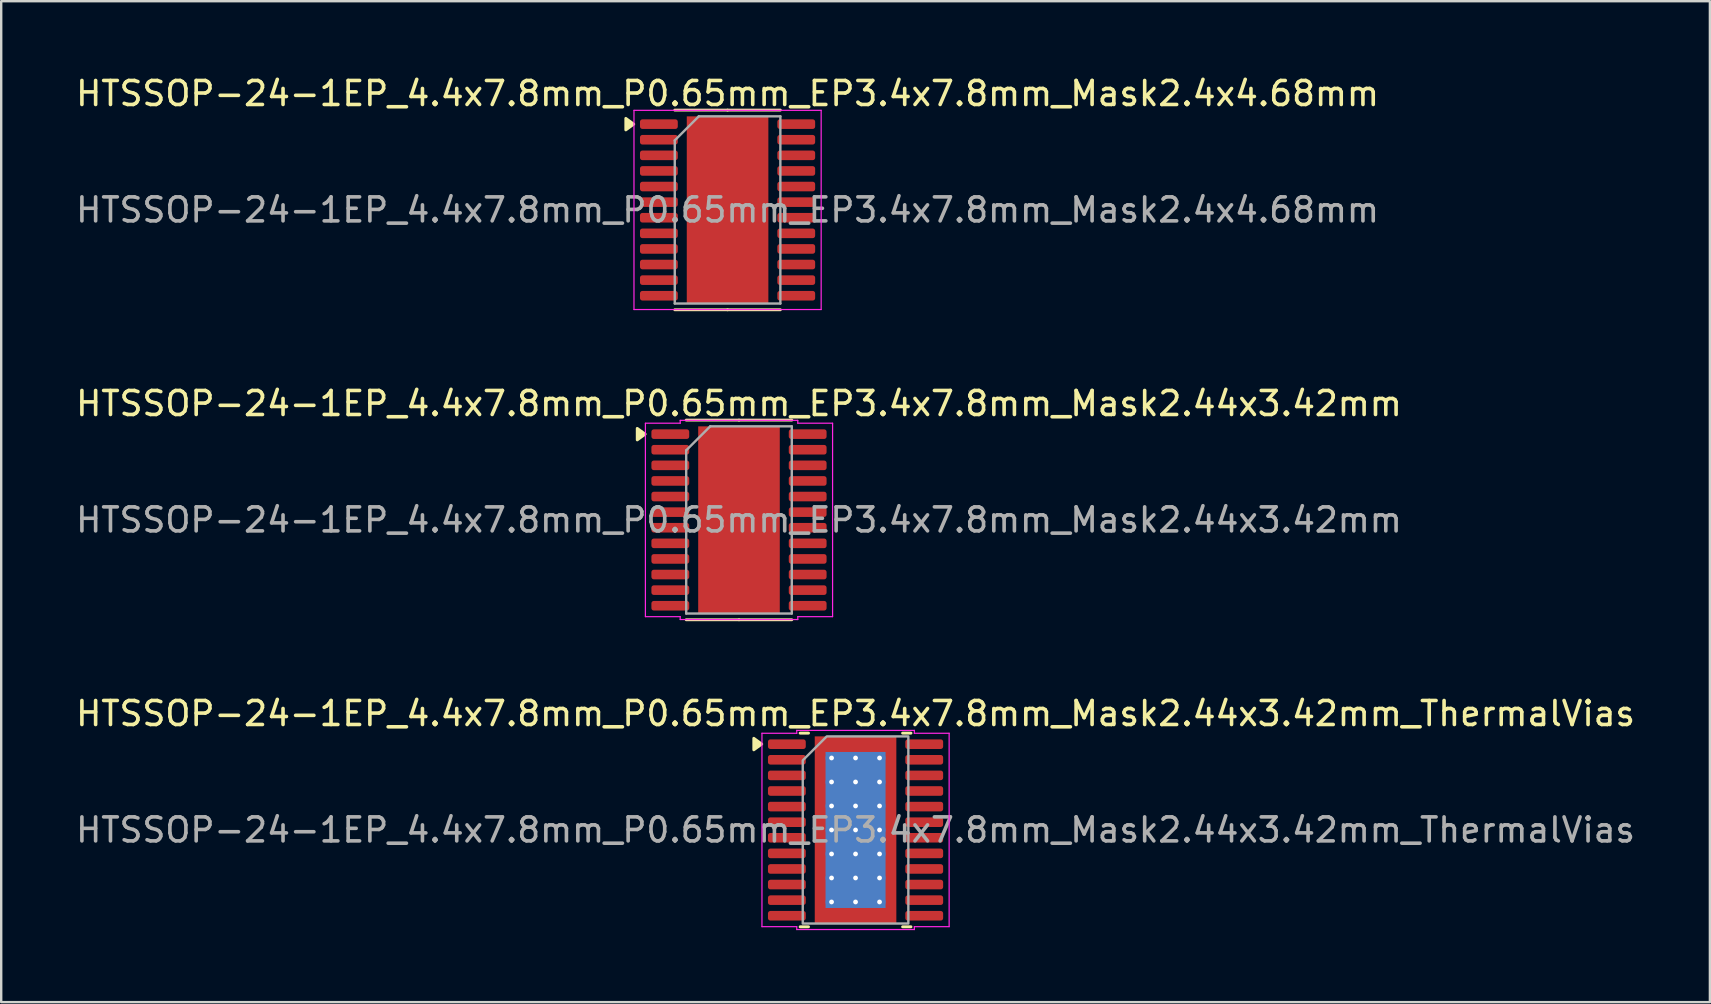
<source format=kicad_pcb>
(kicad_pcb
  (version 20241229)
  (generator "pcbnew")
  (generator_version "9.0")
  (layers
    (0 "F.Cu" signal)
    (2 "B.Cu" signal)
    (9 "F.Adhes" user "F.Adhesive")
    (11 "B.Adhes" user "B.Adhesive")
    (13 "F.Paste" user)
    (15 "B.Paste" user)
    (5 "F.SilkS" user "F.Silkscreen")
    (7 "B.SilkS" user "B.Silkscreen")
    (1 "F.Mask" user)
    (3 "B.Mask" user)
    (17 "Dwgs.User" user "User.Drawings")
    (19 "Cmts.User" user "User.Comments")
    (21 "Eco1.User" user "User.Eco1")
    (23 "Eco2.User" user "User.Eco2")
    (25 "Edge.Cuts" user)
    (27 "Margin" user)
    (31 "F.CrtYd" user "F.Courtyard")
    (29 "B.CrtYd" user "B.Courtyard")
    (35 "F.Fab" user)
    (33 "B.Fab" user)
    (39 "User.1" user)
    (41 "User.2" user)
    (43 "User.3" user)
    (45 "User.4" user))
  (footprint "HTSSOP-24-1EP_4.4x7.8mm_P0.65mm_EP3.4x7.8mm_Mask2.44x3.42mm"
    (layer "F.Cu")
    (at 27.744 18.616)
    (property "Reference" "HTSSOP-24-1EP_4.4x7.8mm_P0.65mm_EP3.4x7.8mm_Mask2.44x3.42mm" (at 0 -4.85 0) (layer "F.SilkS") (effects (font (size 1 1) (thickness 0.15))))
    (attr smd)
    (fp_line (start 0 -4.16) (end -2.2 -4.16) (stroke (width 0.12) (type solid)) (layer "F.SilkS"))
    (fp_line (start 0 -4.16) (end 2.2 -4.16) (stroke (width 0.12) (type solid)) (layer "F.SilkS"))
    (fp_line (start 0 4.16) (end -2.2 4.16) (stroke (width 0.12) (type solid)) (layer "F.SilkS"))
    (fp_line (start 0 4.16) (end 2.2 4.16) (stroke (width 0.12) (type solid)) (layer "F.SilkS"))
    (fp_poly (pts (xy -3.91 -3.575) (xy -4.24 -3.335) (xy -4.24 -3.815)) (stroke (width 0.12) (type solid)) (fill yes) (layer "F.SilkS"))
    (fp_line (start -3.9 -4.03) (end -2.45 -4.03) (stroke (width 0.05) (type solid)) (layer "F.CrtYd"))
    (fp_line (start -3.9 4.03) (end -3.9 -4.03) (stroke (width 0.05) (type solid)) (layer "F.CrtYd"))
    (fp_line (start -2.45 -4.15) (end 2.45 -4.15) (stroke (width 0.05) (type solid)) (layer "F.CrtYd"))
    (fp_line (start -2.45 -4.03) (end -2.45 -4.15) (stroke (width 0.05) (type solid)) (layer "F.CrtYd"))
    (fp_line (start -2.45 4.03) (end -3.9 4.03) (stroke (width 0.05) (type solid)) (layer "F.CrtYd"))
    (fp_line (start -2.45 4.15) (end -2.45 4.03) (stroke (width 0.05) (type solid)) (layer "F.CrtYd"))
    (fp_line (start 2.45 -4.15) (end 2.45 -4.03) (stroke (width 0.05) (type solid)) (layer "F.CrtYd"))
    (fp_line (start 2.45 -4.03) (end 3.9 -4.03) (stroke (width 0.05) (type solid)) (layer "F.CrtYd"))
    (fp_line (start 2.45 4.03) (end 2.45 4.15) (stroke (width 0.05) (type solid)) (layer "F.CrtYd"))
    (fp_line (start 2.45 4.15) (end -2.45 4.15) (stroke (width 0.05) (type solid)) (layer "F.CrtYd"))
    (fp_line (start 3.9 -4.03) (end 3.9 4.03) (stroke (width 0.05) (type solid)) (layer "F.CrtYd"))
    (fp_line (start 3.9 4.03) (end 2.45 4.03) (stroke (width 0.05) (type solid)) (layer "F.CrtYd"))
    (fp_line (start -2.2 -2.9) (end -1.2 -3.9) (stroke (width 0.1) (type solid)) (layer "F.Fab"))
    (fp_line (start -2.2 3.9) (end -2.2 -2.9) (stroke (width 0.1) (type solid)) (layer "F.Fab"))
    (fp_line (start -1.2 -3.9) (end 2.2 -3.9) (stroke (width 0.1) (type solid)) (layer "F.Fab"))
    (fp_line (start 2.2 -3.9) (end 2.2 3.9) (stroke (width 0.1) (type solid)) (layer "F.Fab"))
    (fp_line (start 2.2 3.9) (end -2.2 3.9) (stroke (width 0.1) (type solid)) (layer "F.Fab"))
    (fp_text user "${REFERENCE}" (at 0 0 0) (layer "F.Fab") (effects (font (size 1 1) (thickness 0.15))))
    (pad "" smd roundrect (at -0.61 -0.855) (size 0.98 1.38) (layers "F.Paste") (roundrect_rratio 0.25))
    (pad "" smd roundrect (at -0.61 0.855) (size 0.98 1.38) (layers "F.Paste") (roundrect_rratio 0.25))
    (pad "" smd rect (at 0 0) (size 2.44 3.42) (layers "F.Mask"))
    (pad "" smd roundrect (at 0.61 -0.855) (size 0.98 1.38) (layers "F.Paste") (roundrect_rratio 0.25))
    (pad "" smd roundrect (at 0.61 0.855) (size 0.98 1.38) (layers "F.Paste") (roundrect_rratio 0.25))
    (pad "1" smd roundrect (at -2.862 -3.575) (size 1.575 0.4) (layers "F.Cu" "F.Mask" "F.Paste") (roundrect_rratio 0.25))
    (pad "2" smd roundrect (at -2.862 -2.925) (size 1.575 0.4) (layers "F.Cu" "F.Mask" "F.Paste") (roundrect_rratio 0.25))
    (pad "3" smd roundrect (at -2.862 -2.275) (size 1.575 0.4) (layers "F.Cu" "F.Mask" "F.Paste") (roundrect_rratio 0.25))
    (pad "4" smd roundrect (at -2.862 -1.625) (size 1.575 0.4) (layers "F.Cu" "F.Mask" "F.Paste") (roundrect_rratio 0.25))
    (pad "5" smd roundrect (at -2.862 -0.975) (size 1.575 0.4) (layers "F.Cu" "F.Mask" "F.Paste") (roundrect_rratio 0.25))
    (pad "6" smd roundrect (at -2.862 -0.325) (size 1.575 0.4) (layers "F.Cu" "F.Mask" "F.Paste") (roundrect_rratio 0.25))
    (pad "7" smd roundrect (at -2.862 0.325) (size 1.575 0.4) (layers "F.Cu" "F.Mask" "F.Paste") (roundrect_rratio 0.25))
    (pad "8" smd roundrect (at -2.862 0.975) (size 1.575 0.4) (layers "F.Cu" "F.Mask" "F.Paste") (roundrect_rratio 0.25))
    (pad "9" smd roundrect (at -2.862 1.625) (size 1.575 0.4) (layers "F.Cu" "F.Mask" "F.Paste") (roundrect_rratio 0.25))
    (pad "10" smd roundrect (at -2.862 2.275) (size 1.575 0.4) (layers "F.Cu" "F.Mask" "F.Paste") (roundrect_rratio 0.25))
    (pad "11" smd roundrect (at -2.862 2.925) (size 1.575 0.4) (layers "F.Cu" "F.Mask" "F.Paste") (roundrect_rratio 0.25))
    (pad "12" smd roundrect (at -2.862 3.575) (size 1.575 0.4) (layers "F.Cu" "F.Mask" "F.Paste") (roundrect_rratio 0.25))
    (pad "13" smd roundrect (at 2.862 3.575) (size 1.575 0.4) (layers "F.Cu" "F.Mask" "F.Paste") (roundrect_rratio 0.25))
    (pad "14" smd roundrect (at 2.862 2.925) (size 1.575 0.4) (layers "F.Cu" "F.Mask" "F.Paste") (roundrect_rratio 0.25))
    (pad "15" smd roundrect (at 2.862 2.275) (size 1.575 0.4) (layers "F.Cu" "F.Mask" "F.Paste") (roundrect_rratio 0.25))
    (pad "16" smd roundrect (at 2.862 1.625) (size 1.575 0.4) (layers "F.Cu" "F.Mask" "F.Paste") (roundrect_rratio 0.25))
    (pad "17" smd roundrect (at 2.862 0.975) (size 1.575 0.4) (layers "F.Cu" "F.Mask" "F.Paste") (roundrect_rratio 0.25))
    (pad "18" smd roundrect (at 2.862 0.325) (size 1.575 0.4) (layers "F.Cu" "F.Mask" "F.Paste") (roundrect_rratio 0.25))
    (pad "19" smd roundrect (at 2.862 -0.325) (size 1.575 0.4) (layers "F.Cu" "F.Mask" "F.Paste") (roundrect_rratio 0.25))
    (pad "20" smd roundrect (at 2.862 -0.975) (size 1.575 0.4) (layers "F.Cu" "F.Mask" "F.Paste") (roundrect_rratio 0.25))
    (pad "21" smd roundrect (at 2.862 -1.625) (size 1.575 0.4) (layers "F.Cu" "F.Mask" "F.Paste") (roundrect_rratio 0.25))
    (pad "22" smd roundrect (at 2.862 -2.275) (size 1.575 0.4) (layers "F.Cu" "F.Mask" "F.Paste") (roundrect_rratio 0.25))
    (pad "23" smd roundrect (at 2.862 -2.925) (size 1.575 0.4) (layers "F.Cu" "F.Mask" "F.Paste") (roundrect_rratio 0.25))
    (pad "24" smd roundrect (at 2.862 -3.575) (size 1.575 0.4) (layers "F.Cu" "F.Mask" "F.Paste") (roundrect_rratio 0.25))
    (pad "25" smd rect (at 0 0) (size 3.4 7.8) (property pad_prop_heatsink) (layers "F.Cu")))
  (footprint "HTSSOP-24-1EP_4.4x7.8mm_P0.65mm_EP3.4x7.8mm_Mask2.44x3.42mm_ThermalVias"
    (layer "F.Cu")
    (at 32.601 31.535)
    (property "Reference" "HTSSOP-24-1EP_4.4x7.8mm_P0.65mm_EP3.4x7.8mm_Mask2.44x3.42mm_ThermalVias" (at 0 -4.85 0) (layer "F.SilkS") (effects (font (size 1 1) (thickness 0.15))))
    (attr smd)
    (fp_line (start -2.31 -4.035) (end -1.96 -4.035) (stroke (width 0.12) (type solid)) (layer "F.SilkS"))
    (fp_line (start -1.96 4.035) (end -2.31 4.035) (stroke (width 0.12) (type solid)) (layer "F.SilkS"))
    (fp_line (start 1.96 -4.035) (end 2.31 -4.035) (stroke (width 0.12) (type solid)) (layer "F.SilkS"))
    (fp_line (start 2.31 4.035) (end 1.96 4.035) (stroke (width 0.12) (type solid)) (layer "F.SilkS"))
    (fp_poly (pts (xy -3.91 -3.58) (xy -4.24 -3.34) (xy -4.24 -3.82)) (stroke (width 0.12) (type solid)) (fill yes) (layer "F.SilkS"))
    (fp_line (start -3.9 -4.03) (end -2.45 -4.03) (stroke (width 0.05) (type solid)) (layer "F.CrtYd"))
    (fp_line (start -3.9 4.03) (end -3.9 -4.03) (stroke (width 0.05) (type solid)) (layer "F.CrtYd"))
    (fp_line (start -2.45 -4.15) (end 2.45 -4.15) (stroke (width 0.05) (type solid)) (layer "F.CrtYd"))
    (fp_line (start -2.45 -4.03) (end -2.45 -4.15) (stroke (width 0.05) (type solid)) (layer "F.CrtYd"))
    (fp_line (start -2.45 4.03) (end -3.9 4.03) (stroke (width 0.05) (type solid)) (layer "F.CrtYd"))
    (fp_line (start -2.45 4.15) (end -2.45 4.03) (stroke (width 0.05) (type solid)) (layer "F.CrtYd"))
    (fp_line (start 2.45 -4.15) (end 2.45 -4.03) (stroke (width 0.05) (type solid)) (layer "F.CrtYd"))
    (fp_line (start 2.45 -4.03) (end 3.9 -4.03) (stroke (width 0.05) (type solid)) (layer "F.CrtYd"))
    (fp_line (start 2.45 4.03) (end 2.45 4.15) (stroke (width 0.05) (type solid)) (layer "F.CrtYd"))
    (fp_line (start 2.45 4.15) (end -2.45 4.15) (stroke (width 0.05) (type solid)) (layer "F.CrtYd"))
    (fp_line (start 3.9 -4.03) (end 3.9 4.03) (stroke (width 0.05) (type solid)) (layer "F.CrtYd"))
    (fp_line (start 3.9 4.03) (end 2.45 4.03) (stroke (width 0.05) (type solid)) (layer "F.CrtYd"))
    (fp_poly (pts (xy -1.2 -3.9) (xy 2.2 -3.9) (xy 2.2 3.9) (xy -2.2 3.9) (xy -2.2 -2.9)) (stroke (width 0.1) (type solid)) (fill no) (layer "F.Fab"))
    (fp_text user "${REFERENCE}" (at 0 0 0) (layer "F.Fab") (effects (font (size 1 1) (thickness 0.15))))
    (pad "" smd roundrect (at -0.61 -0.855) (size 0.98 1.38) (layers "F.Paste") (roundrect_rratio 0.25))
    (pad "" smd roundrect (at -0.61 0.855) (size 0.98 1.38) (layers "F.Paste") (roundrect_rratio 0.25))
    (pad "" smd rect (at 0 0) (size 2.44 3.42) (layers "F.Mask"))
    (pad "" smd roundrect (at 0.61 -0.855) (size 0.98 1.38) (layers "F.Paste") (roundrect_rratio 0.25))
    (pad "" smd roundrect (at 0.61 0.855) (size 0.98 1.38) (layers "F.Paste") (roundrect_rratio 0.25))
    (pad "1" smd roundrect (at -2.862 -3.575) (size 1.575 0.4) (layers "F.Cu" "F.Mask" "F.Paste") (roundrect_rratio 0.25))
    (pad "2" smd roundrect (at -2.862 -2.925) (size 1.575 0.4) (layers "F.Cu" "F.Mask" "F.Paste") (roundrect_rratio 0.25))
    (pad "3" smd roundrect (at -2.862 -2.275) (size 1.575 0.4) (layers "F.Cu" "F.Mask" "F.Paste") (roundrect_rratio 0.25))
    (pad "4" smd roundrect (at -2.862 -1.625) (size 1.575 0.4) (layers "F.Cu" "F.Mask" "F.Paste") (roundrect_rratio 0.25))
    (pad "5" smd roundrect (at -2.862 -0.975) (size 1.575 0.4) (layers "F.Cu" "F.Mask" "F.Paste") (roundrect_rratio 0.25))
    (pad "6" smd roundrect (at -2.862 -0.325) (size 1.575 0.4) (layers "F.Cu" "F.Mask" "F.Paste") (roundrect_rratio 0.25))
    (pad "7" smd roundrect (at -2.862 0.325) (size 1.575 0.4) (layers "F.Cu" "F.Mask" "F.Paste") (roundrect_rratio 0.25))
    (pad "8" smd roundrect (at -2.862 0.975) (size 1.575 0.4) (layers "F.Cu" "F.Mask" "F.Paste") (roundrect_rratio 0.25))
    (pad "9" smd roundrect (at -2.862 1.625) (size 1.575 0.4) (layers "F.Cu" "F.Mask" "F.Paste") (roundrect_rratio 0.25))
    (pad "10" smd roundrect (at -2.862 2.275) (size 1.575 0.4) (layers "F.Cu" "F.Mask" "F.Paste") (roundrect_rratio 0.25))
    (pad "11" smd roundrect (at -2.862 2.925) (size 1.575 0.4) (layers "F.Cu" "F.Mask" "F.Paste") (roundrect_rratio 0.25))
    (pad "12" smd roundrect (at -2.862 3.575) (size 1.575 0.4) (layers "F.Cu" "F.Mask" "F.Paste") (roundrect_rratio 0.25))
    (pad "13" smd roundrect (at 2.862 3.575) (size 1.575 0.4) (layers "F.Cu" "F.Mask" "F.Paste") (roundrect_rratio 0.25))
    (pad "14" smd roundrect (at 2.862 2.925) (size 1.575 0.4) (layers "F.Cu" "F.Mask" "F.Paste") (roundrect_rratio 0.25))
    (pad "15" smd roundrect (at 2.862 2.275) (size 1.575 0.4) (layers "F.Cu" "F.Mask" "F.Paste") (roundrect_rratio 0.25))
    (pad "16" smd roundrect (at 2.862 1.625) (size 1.575 0.4) (layers "F.Cu" "F.Mask" "F.Paste") (roundrect_rratio 0.25))
    (pad "17" smd roundrect (at 2.862 0.975) (size 1.575 0.4) (layers "F.Cu" "F.Mask" "F.Paste") (roundrect_rratio 0.25))
    (pad "18" smd roundrect (at 2.862 0.325) (size 1.575 0.4) (layers "F.Cu" "F.Mask" "F.Paste") (roundrect_rratio 0.25))
    (pad "19" smd roundrect (at 2.862 -0.325) (size 1.575 0.4) (layers "F.Cu" "F.Mask" "F.Paste") (roundrect_rratio 0.25))
    (pad "20" smd roundrect (at 2.862 -0.975) (size 1.575 0.4) (layers "F.Cu" "F.Mask" "F.Paste") (roundrect_rratio 0.25))
    (pad "21" smd roundrect (at 2.862 -1.625) (size 1.575 0.4) (layers "F.Cu" "F.Mask" "F.Paste") (roundrect_rratio 0.25))
    (pad "22" smd roundrect (at 2.862 -2.275) (size 1.575 0.4) (layers "F.Cu" "F.Mask" "F.Paste") (roundrect_rratio 0.25))
    (pad "23" smd roundrect (at 2.862 -2.925) (size 1.575 0.4) (layers "F.Cu" "F.Mask" "F.Paste") (roundrect_rratio 0.25))
    (pad "24" smd roundrect (at 2.862 -3.575) (size 1.575 0.4) (layers "F.Cu" "F.Mask" "F.Paste") (roundrect_rratio 0.25))
    (pad "25" thru_hole circle (at -1 -3) (size 0.5 0.5) (drill 0.2) (property pad_prop_heatsink) (layers "*.Cu"))
    (pad "25" thru_hole circle (at -1 -2) (size 0.5 0.5) (drill 0.2) (property pad_prop_heatsink) (layers "*.Cu"))
    (pad "25" thru_hole circle (at -1 -1) (size 0.5 0.5) (drill 0.2) (property pad_prop_heatsink) (layers "*.Cu"))
    (pad "25" thru_hole circle (at -1 0) (size 0.5 0.5) (drill 0.2) (property pad_prop_heatsink) (layers "*.Cu"))
    (pad "25" thru_hole circle (at -1 1) (size 0.5 0.5) (drill 0.2) (property pad_prop_heatsink) (layers "*.Cu"))
    (pad "25" thru_hole circle (at -1 2) (size 0.5 0.5) (drill 0.2) (property pad_prop_heatsink) (layers "*.Cu"))
    (pad "25" thru_hole circle (at -1 3) (size 0.5 0.5) (drill 0.2) (property pad_prop_heatsink) (layers "*.Cu"))
    (pad "25" thru_hole circle (at 0 -3) (size 0.5 0.5) (drill 0.2) (property pad_prop_heatsink) (layers "*.Cu"))
    (pad "25" thru_hole circle (at 0 -2) (size 0.5 0.5) (drill 0.2) (property pad_prop_heatsink) (layers "*.Cu"))
    (pad "25" thru_hole circle (at 0 -1) (size 0.5 0.5) (drill 0.2) (property pad_prop_heatsink) (layers "*.Cu"))
    (pad "25" thru_hole circle (at 0 0) (size 0.5 0.5) (drill 0.2) (property pad_prop_heatsink) (layers "*.Cu"))
    (pad "25" smd rect (at 0 0) (size 2.5 6.5) (property pad_prop_heatsink) (layers "B.Cu"))
    (pad "25" smd rect (at 0 0) (size 3.4 7.8) (property pad_prop_heatsink) (layers "F.Cu"))
    (pad "25" thru_hole circle (at 0 1) (size 0.5 0.5) (drill 0.2) (property pad_prop_heatsink) (layers "*.Cu"))
    (pad "25" thru_hole circle (at 0 2) (size 0.5 0.5) (drill 0.2) (property pad_prop_heatsink) (layers "*.Cu"))
    (pad "25" thru_hole circle (at 0 3) (size 0.5 0.5) (drill 0.2) (property pad_prop_heatsink) (layers "*.Cu"))
    (pad "25" thru_hole circle (at 1 -3) (size 0.5 0.5) (drill 0.2) (property pad_prop_heatsink) (layers "*.Cu"))
    (pad "25" thru_hole circle (at 1 -2) (size 0.5 0.5) (drill 0.2) (property pad_prop_heatsink) (layers "*.Cu"))
    (pad "25" thru_hole circle (at 1 -1) (size 0.5 0.5) (drill 0.2) (property pad_prop_heatsink) (layers "*.Cu"))
    (pad "25" thru_hole circle (at 1 0) (size 0.5 0.5) (drill 0.2) (property pad_prop_heatsink) (layers "*.Cu"))
    (pad "25" thru_hole circle (at 1 1) (size 0.5 0.5) (drill 0.2) (property pad_prop_heatsink) (layers "*.Cu"))
    (pad "25" thru_hole circle (at 1 2) (size 0.5 0.5) (drill 0.2) (property pad_prop_heatsink) (layers "*.Cu"))
    (pad "25" thru_hole circle (at 1 3) (size 0.5 0.5) (drill 0.2) (property pad_prop_heatsink) (layers "*.Cu")))
  (footprint "HTSSOP-24-1EP_4.4x7.8mm_P0.65mm_EP3.4x7.8mm_Mask2.4x4.68mm"
    (layer "F.Cu")
    (at 27.268 5.698)
    (property "Reference" "HTSSOP-24-1EP_4.4x7.8mm_P0.65mm_EP3.4x7.8mm_Mask2.4x4.68mm" (at 0 -4.85 0) (layer "F.SilkS") (effects (font (size 1 1) (thickness 0.15))))
    (attr smd)
    (fp_line (start 0 -4.16) (end -2.2 -4.16) (stroke (width 0.12) (type solid)) (layer "F.SilkS"))
    (fp_line (start 0 -4.16) (end 2.2 -4.16) (stroke (width 0.12) (type solid)) (layer "F.SilkS"))
    (fp_line (start 0 4.16) (end -2.2 4.16) (stroke (width 0.12) (type solid)) (layer "F.SilkS"))
    (fp_line (start 0 4.16) (end 2.2 4.16) (stroke (width 0.12) (type solid)) (layer "F.SilkS"))
    (fp_poly (pts (xy -3.91 -3.575) (xy -4.24 -3.335) (xy -4.24 -3.815) (xy -3.91 -3.575)) (stroke (width 0.12) (type solid)) (fill yes) (layer "F.SilkS"))
    (fp_line (start -3.9 -4.15) (end -3.9 4.15) (stroke (width 0.05) (type solid)) (layer "F.CrtYd"))
    (fp_line (start -3.9 4.15) (end 3.9 4.15) (stroke (width 0.05) (type solid)) (layer "F.CrtYd"))
    (fp_line (start 3.9 -4.15) (end -3.9 -4.15) (stroke (width 0.05) (type solid)) (layer "F.CrtYd"))
    (fp_line (start 3.9 4.15) (end 3.9 -4.15) (stroke (width 0.05) (type solid)) (layer "F.CrtYd"))
    (fp_line (start -2.2 -2.9) (end -1.2 -3.9) (stroke (width 0.1) (type solid)) (layer "F.Fab"))
    (fp_line (start -2.2 3.9) (end -2.2 -2.9) (stroke (width 0.1) (type solid)) (layer "F.Fab"))
    (fp_line (start -1.2 -3.9) (end 2.2 -3.9) (stroke (width 0.1) (type solid)) (layer "F.Fab"))
    (fp_line (start 2.2 -3.9) (end 2.2 3.9) (stroke (width 0.1) (type solid)) (layer "F.Fab"))
    (fp_line (start 2.2 3.9) (end -2.2 3.9) (stroke (width 0.1) (type solid)) (layer "F.Fab"))
    (fp_text user "${REFERENCE}" (at 0 0 0) (layer "F.Fab") (effects (font (size 1 1) (thickness 0.15))))
    (pad "" smd roundrect (at 0 -1.17) (size 1.93 1.89) (layers "F.Paste") (roundrect_rratio 0.132))
    (pad "" smd rect (at 0 0) (size 2.4 4.68) (layers "F.Mask"))
    (pad "" smd roundrect (at 0 1.17) (size 1.93 1.89) (layers "F.Paste") (roundrect_rratio 0.132))
    (pad "1" smd roundrect (at -2.862 -3.575) (size 1.575 0.4) (layers "F.Cu" "F.Mask" "F.Paste") (roundrect_rratio 0.25))
    (pad "2" smd roundrect (at -2.862 -2.925) (size 1.575 0.4) (layers "F.Cu" "F.Mask" "F.Paste") (roundrect_rratio 0.25))
    (pad "3" smd roundrect (at -2.862 -2.275) (size 1.575 0.4) (layers "F.Cu" "F.Mask" "F.Paste") (roundrect_rratio 0.25))
    (pad "4" smd roundrect (at -2.862 -1.625) (size 1.575 0.4) (layers "F.Cu" "F.Mask" "F.Paste") (roundrect_rratio 0.25))
    (pad "5" smd roundrect (at -2.862 -0.975) (size 1.575 0.4) (layers "F.Cu" "F.Mask" "F.Paste") (roundrect_rratio 0.25))
    (pad "6" smd roundrect (at -2.862 -0.325) (size 1.575 0.4) (layers "F.Cu" "F.Mask" "F.Paste") (roundrect_rratio 0.25))
    (pad "7" smd roundrect (at -2.862 0.325) (size 1.575 0.4) (layers "F.Cu" "F.Mask" "F.Paste") (roundrect_rratio 0.25))
    (pad "8" smd roundrect (at -2.862 0.975) (size 1.575 0.4) (layers "F.Cu" "F.Mask" "F.Paste") (roundrect_rratio 0.25))
    (pad "9" smd roundrect (at -2.862 1.625) (size 1.575 0.4) (layers "F.Cu" "F.Mask" "F.Paste") (roundrect_rratio 0.25))
    (pad "10" smd roundrect (at -2.862 2.275) (size 1.575 0.4) (layers "F.Cu" "F.Mask" "F.Paste") (roundrect_rratio 0.25))
    (pad "11" smd roundrect (at -2.862 2.925) (size 1.575 0.4) (layers "F.Cu" "F.Mask" "F.Paste") (roundrect_rratio 0.25))
    (pad "12" smd roundrect (at -2.862 3.575) (size 1.575 0.4) (layers "F.Cu" "F.Mask" "F.Paste") (roundrect_rratio 0.25))
    (pad "13" smd roundrect (at 2.862 3.575) (size 1.575 0.4) (layers "F.Cu" "F.Mask" "F.Paste") (roundrect_rratio 0.25))
    (pad "14" smd roundrect (at 2.862 2.925) (size 1.575 0.4) (layers "F.Cu" "F.Mask" "F.Paste") (roundrect_rratio 0.25))
    (pad "15" smd roundrect (at 2.862 2.275) (size 1.575 0.4) (layers "F.Cu" "F.Mask" "F.Paste") (roundrect_rratio 0.25))
    (pad "16" smd roundrect (at 2.862 1.625) (size 1.575 0.4) (layers "F.Cu" "F.Mask" "F.Paste") (roundrect_rratio 0.25))
    (pad "17" smd roundrect (at 2.862 0.975) (size 1.575 0.4) (layers "F.Cu" "F.Mask" "F.Paste") (roundrect_rratio 0.25))
    (pad "18" smd roundrect (at 2.862 0.325) (size 1.575 0.4) (layers "F.Cu" "F.Mask" "F.Paste") (roundrect_rratio 0.25))
    (pad "19" smd roundrect (at 2.862 -0.325) (size 1.575 0.4) (layers "F.Cu" "F.Mask" "F.Paste") (roundrect_rratio 0.25))
    (pad "20" smd roundrect (at 2.862 -0.975) (size 1.575 0.4) (layers "F.Cu" "F.Mask" "F.Paste") (roundrect_rratio 0.25))
    (pad "21" smd roundrect (at 2.862 -1.625) (size 1.575 0.4) (layers "F.Cu" "F.Mask" "F.Paste") (roundrect_rratio 0.25))
    (pad "22" smd roundrect (at 2.862 -2.275) (size 1.575 0.4) (layers "F.Cu" "F.Mask" "F.Paste") (roundrect_rratio 0.25))
    (pad "23" smd roundrect (at 2.862 -2.925) (size 1.575 0.4) (layers "F.Cu" "F.Mask" "F.Paste") (roundrect_rratio 0.25))
    (pad "24" smd roundrect (at 2.862 -3.575) (size 1.575 0.4) (layers "F.Cu" "F.Mask" "F.Paste") (roundrect_rratio 0.25))
    (pad "25" smd rect (at 0 0) (size 3.4 7.8) (property pad_prop_heatsink) (layers "F.Cu")))
  (gr_rect
    (start -3 -3)
    (end 68.202 38.71)
    (stroke (width 0.1) (type default))
    (fill no)
    (layer "Edge.Cuts")))
</source>
